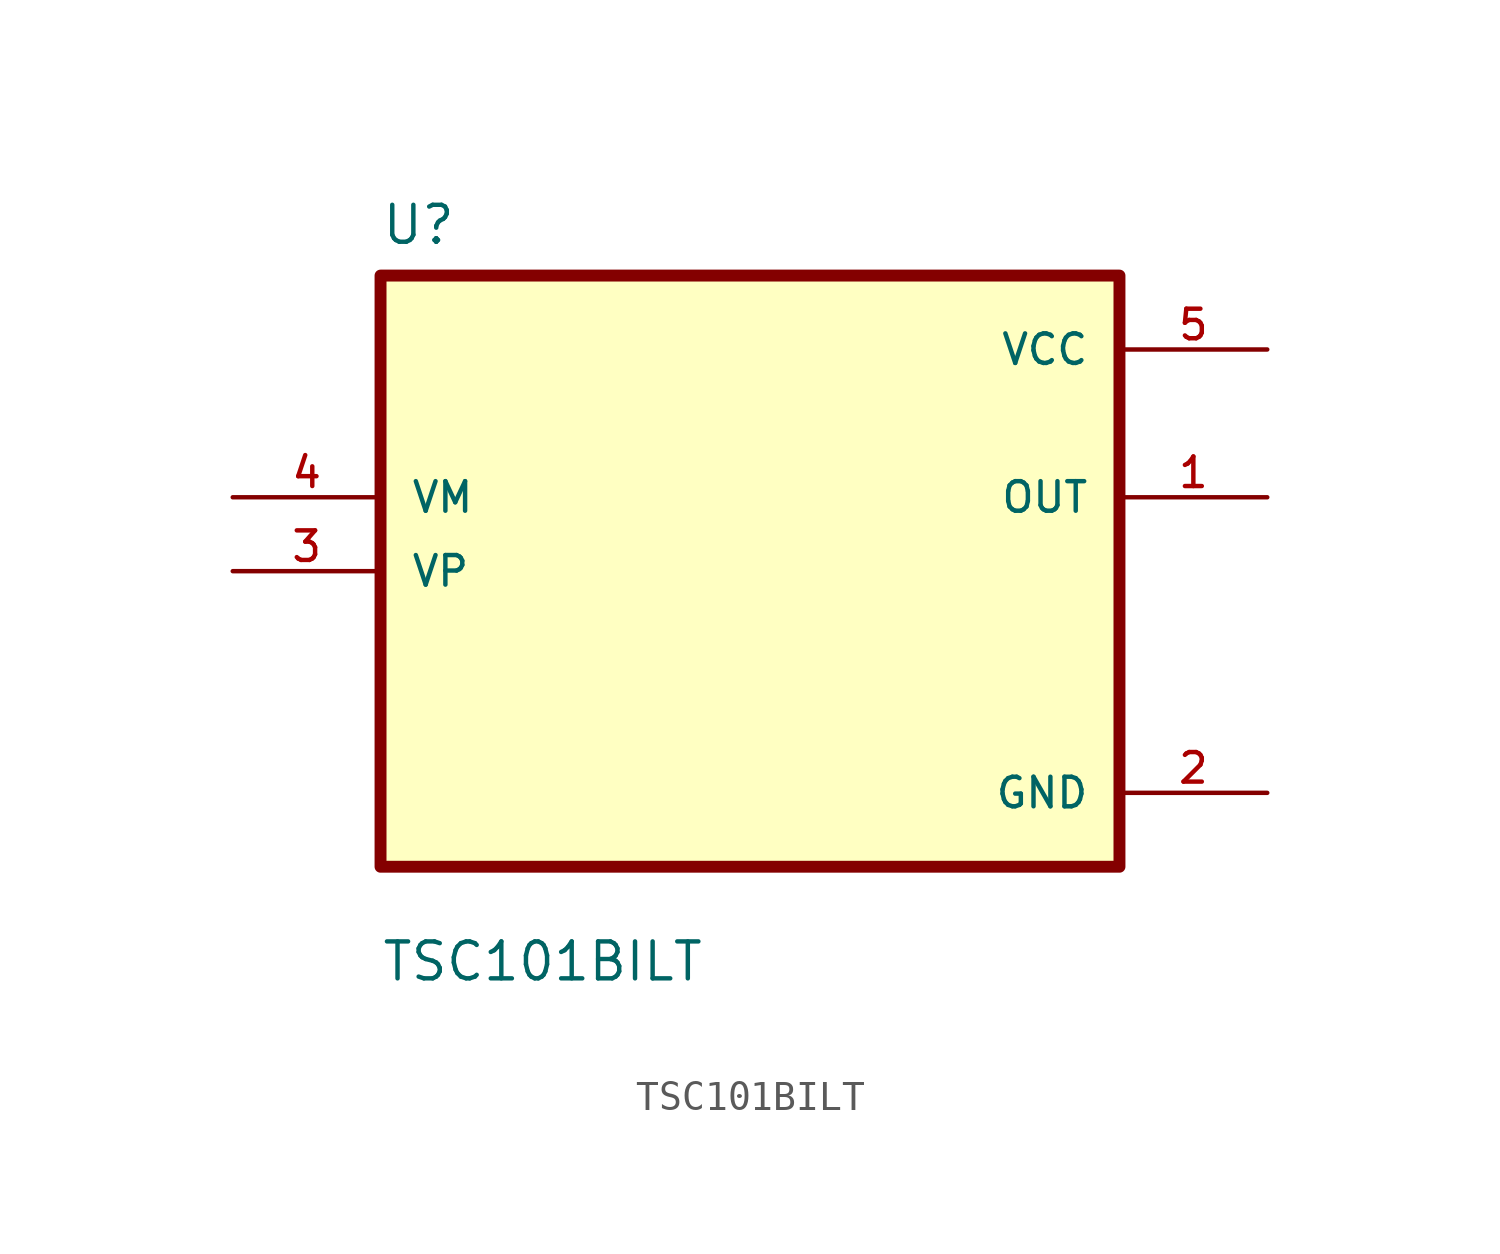
<source format=kicad_sym>
(kicad_symbol_lib
  (version 20211014)
  (generator kicad_symbol_editor)
  (symbol "TSC101BILT"
    (pin_names
      (offset 1.016))
    (property "Reference" "U"
      (at -12.7 11.16 0.0)
      (effects (font (size 1.27 1.27)) (justify bottom left)))
    (property "Value" "TSC101BILT"
      (at -12.7 -14.16 0.0)
      (effects (font (size 1.27 1.27)) (justify bottom left)))
    (symbol "TSC101BILT_0_0"
      (rectangle (start -12.7 -10.16) (end 12.7 10.16) (stroke (width 0.41)) (fill (type background)))
      (pin input line (at -17.78 2.54 0) (length 5.08) (name "VM" (effects (font (size 1.016 1.016)))) (number "4" (effects (font (size 1.016 1.016)))))
      (pin input line (at -17.78 0.0 0) (length 5.08) (name "VP" (effects (font (size 1.016 1.016)))) (number "3" (effects (font (size 1.016 1.016)))))
      (pin power_in line (at 17.78 7.62 180.0) (length 5.08) (name "VCC" (effects (font (size 1.016 1.016)))) (number "5" (effects (font (size 1.016 1.016)))))
      (pin output line (at 17.78 2.54 180.0) (length 5.08) (name "OUT" (effects (font (size 1.016 1.016)))) (number "1" (effects (font (size 1.016 1.016)))))
      (pin power_in line (at 17.78 -7.62 180.0) (length 5.08) (name "GND" (effects (font (size 1.016 1.016)))) (number "2" (effects (font (size 1.016 1.016))))))))
</source>
